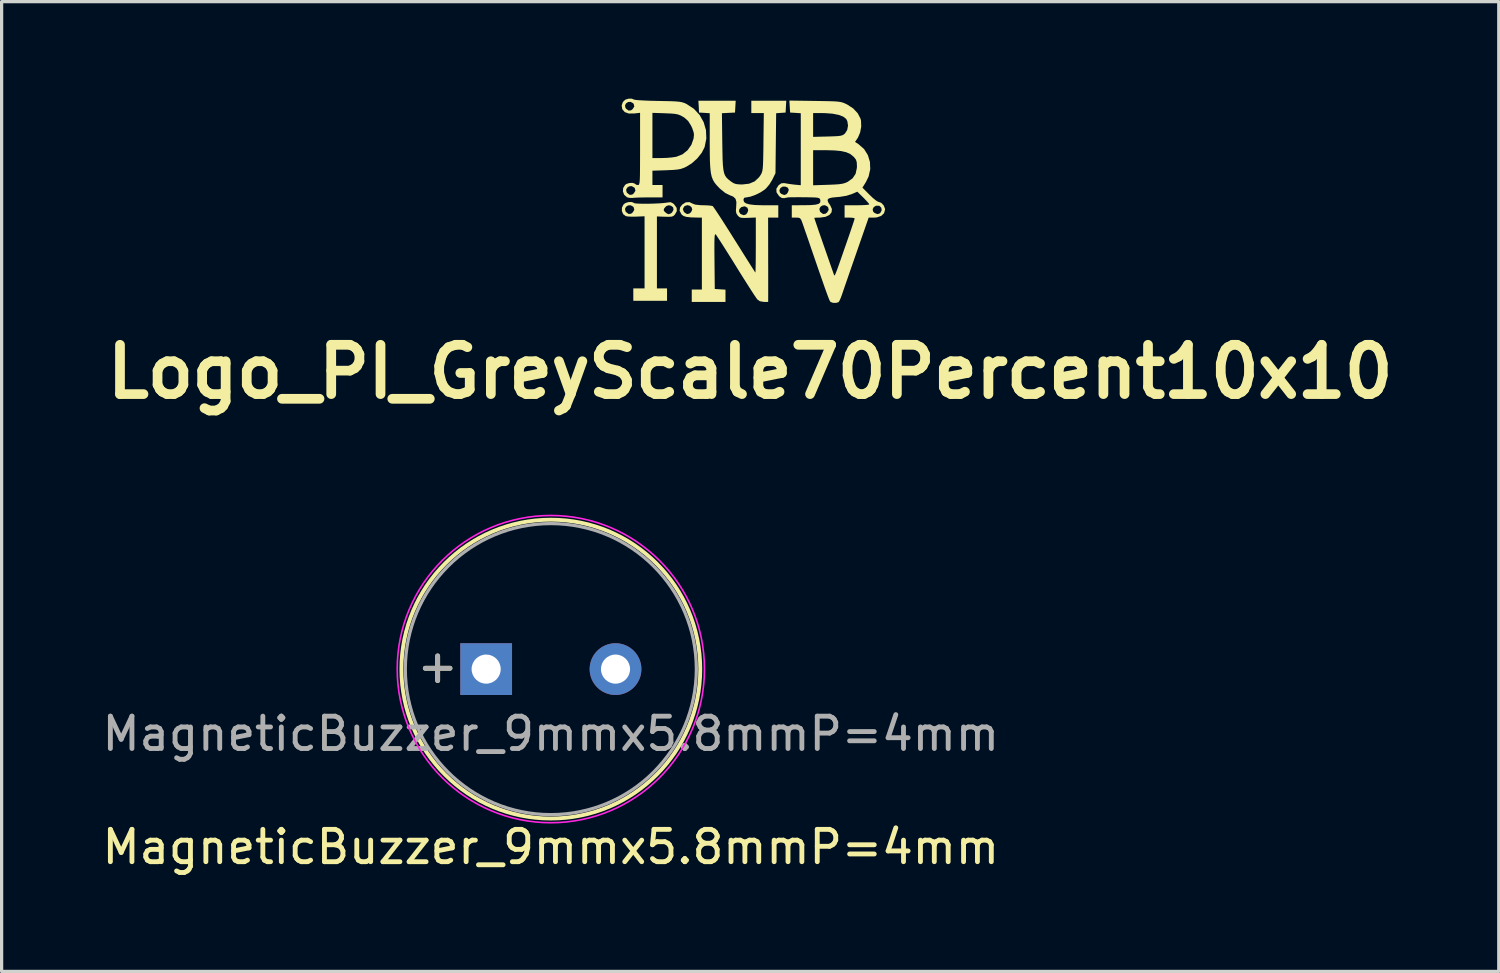
<source format=kicad_pcb>
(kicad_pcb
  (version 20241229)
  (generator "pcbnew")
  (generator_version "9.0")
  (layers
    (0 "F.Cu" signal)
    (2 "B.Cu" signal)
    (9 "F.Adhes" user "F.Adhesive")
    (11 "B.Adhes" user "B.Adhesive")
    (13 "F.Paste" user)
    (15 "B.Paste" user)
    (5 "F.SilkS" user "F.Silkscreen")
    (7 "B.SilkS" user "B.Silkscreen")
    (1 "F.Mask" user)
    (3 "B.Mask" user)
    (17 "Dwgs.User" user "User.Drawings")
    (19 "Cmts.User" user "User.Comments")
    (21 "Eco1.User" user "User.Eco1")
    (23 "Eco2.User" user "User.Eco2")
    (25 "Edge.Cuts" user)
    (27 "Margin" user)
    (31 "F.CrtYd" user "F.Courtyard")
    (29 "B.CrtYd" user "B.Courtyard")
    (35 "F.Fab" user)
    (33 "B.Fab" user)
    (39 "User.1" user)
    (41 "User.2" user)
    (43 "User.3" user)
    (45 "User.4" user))
  (footprint "MagneticBuzzer_9mmx5.8mmP=4mm"
    (layer "F.Cu")
    (at 11.982 17.639)
    (property "Reference" "MagneticBuzzer_9mmx5.8mmP=4mm" (at 2 5.5 0) (layer "F.SilkS") (effects (font (size 1 1) (thickness 0.15))))
    (attr through_hole)
    (fp_circle (center 2 0) (end 6.62 0) (stroke (width 0.12) (type solid)) (fill no) (layer "F.SilkS"))
    (fp_circle (center 2 0) (end 6.75 0) (stroke (width 0.05) (type solid)) (fill no) (layer "F.CrtYd"))
    (fp_circle (center 2 0) (end 6.5 0) (stroke (width 0.1) (type solid)) (fill no) (layer "F.Fab"))
    (fp_text user "+" (at -1.5 -0.1 0) (layer "F.SilkS") (effects (font (size 1 1) (thickness 0.15))))
    (fp_text user "${REFERENCE}" (at 2 2 0) (layer "F.Fab") (effects (font (size 1 1) (thickness 0.15))))
    (fp_text user "+" (at -1.5 -0.1 0) (layer "F.Fab") (effects (font (size 1 1) (thickness 0.15))))
    (pad "1" thru_hole rect (at 0 0) (size 1.6 1.6) (drill 0.9) (layers "*.Cu" "*.Mask"))
    (pad "2" thru_hole circle (at 4 0) (size 1.6 1.6) (drill 0.9) (layers "*.Cu" "*.Mask")))
  (footprint "Logo_PI_GreyScale70Percent10x10"
    (layer "F.Cu")
    (at 20.146 3.366)
    (property "Reference" "Logo_PI_GreyScale70Percent10x10" (at 0 5.08 0) (layer "F.SilkS") (effects (font (size 1.524 1.524) (thickness 0.3))))
    (attr board_only exclude_from_pos_files exclude_from_bom)
    (fp_poly (pts (xy -3.609 -0.151) (xy -3.596 -0.139) (xy -3.555 -0.127) (xy -3.46 -0.12) (xy -3.325 -0.116) (xy -3.166 -0.116) (xy -2.996 -0.12) (xy -2.832 -0.127) (xy -2.688 -0.137) (xy -2.578 -0.15) (xy -2.547 -0.156) (xy -2.459 -0.164) (xy -2.389 -0.13) (xy -2.347 -0.092) (xy -2.274 0.011) (xy -2.268 0.111) (xy -2.325 0.213) (xy -2.367 0.256) (xy -2.417 0.28) (xy -2.496 0.288) (xy -2.622 0.286) (xy -2.638 0.286) (xy -2.884 0.276) (xy -2.884 2.502) (xy -2.571 2.502) (xy -2.571 2.884) (xy -3.614 2.884) (xy -3.614 2.502) (xy -3.266 2.502) (xy -3.266 0.271) (xy -3.518 0.282) (xy -3.654 0.284) (xy -3.77 0.279) (xy -3.842 0.268) (xy -3.843 0.267) (xy -3.926 0.207) (xy -3.968 0.112) (xy -3.966 0.042) (xy -3.871 0.042) (xy -3.856 0.117) (xy -3.837 0.142) (xy -3.758 0.201) (xy -3.682 0.192) (xy -3.634 0.154) (xy -3.589 0.082) (xy -2.676 0.082) (xy -2.649 0.126) (xy -2.591 0.176) (xy -2.531 0.207) (xy -2.519 0.208) (xy -2.458 0.186) (xy -2.417 0.154) (xy -2.37 0.071) (xy -2.383 -0.005) (xy -2.449 -0.056) (xy -2.525 -0.069) (xy -2.599 -0.041) (xy -2.658 0.026) (xy -2.676 0.082) (xy -3.589 0.082) (xy -3.583 0.072) (xy -3.602 -0.005) (xy -3.621 -0.028) (xy -3.697 -0.07) (xy -3.776 -0.064) (xy -3.839 -0.022) (xy -3.871 0.042) (xy -3.966 0.042) (xy -3.966 0.006) (xy -3.92 -0.089) (xy -3.861 -0.137) (xy -3.771 -0.166) (xy -3.677 -0.171)) (stroke (width 0) (type solid)) (fill yes) (layer "F.SilkS"))
    (fp_poly (pts (xy -3.595 -3.338) (xy -3.551 -3.328) (xy -3.449 -3.318) (xy -3.3 -3.309) (xy -3.113 -3.301) (xy -2.901 -3.296) (xy -2.849 -3.295) (xy -2.607 -3.29) (xy -2.423 -3.286) (xy -2.287 -3.279) (xy -2.186 -3.269) (xy -2.11 -3.255) (xy -2.047 -3.236) (xy -1.987 -3.21) (xy -1.964 -3.198) (xy -1.741 -3.052) (xy -1.564 -2.861) (xy -1.438 -2.637) (xy -1.367 -2.39) (xy -1.356 -2.13) (xy -1.409 -1.87) (xy -1.41 -1.865) (xy -1.499 -1.69) (xy -1.637 -1.517) (xy -1.807 -1.365) (xy -1.971 -1.263) (xy -2.064 -1.221) (xy -2.15 -1.192) (xy -2.25 -1.174) (xy -2.379 -1.162) (xy -2.557 -1.154) (xy -2.595 -1.152) (xy -3.023 -1.138) (xy -3.023 -0.695) (xy -2.71 -0.695) (xy -2.71 -0.313) (xy -3.123 -0.313) (xy -3.295 -0.311) (xy -3.451 -0.308) (xy -3.572 -0.302) (xy -3.635 -0.296) (xy -3.736 -0.297) (xy -3.81 -0.317) (xy -3.896 -0.393) (xy -3.936 -0.496) (xy -3.932 -0.549) (xy -3.836 -0.549) (xy -3.821 -0.474) (xy -3.802 -0.449) (xy -3.723 -0.39) (xy -3.648 -0.399) (xy -3.599 -0.437) (xy -3.548 -0.519) (xy -3.567 -0.596) (xy -3.586 -0.618) (xy -3.663 -0.661) (xy -3.741 -0.655) (xy -3.804 -0.613) (xy -3.836 -0.549) (xy -3.932 -0.549) (xy -3.927 -0.604) (xy -3.87 -0.696) (xy -3.826 -0.728) (xy -3.736 -0.757) (xy -3.643 -0.762) (xy -3.574 -0.742) (xy -3.562 -0.73) (xy -3.513 -0.7) (xy -3.473 -0.695) (xy -3.454 -0.697) (xy -3.439 -0.709) (xy -3.428 -0.737) (xy -3.419 -0.789) (xy -3.413 -0.871) (xy -3.409 -0.99) (xy -3.407 -1.155) (xy -3.406 -1.371) (xy -3.405 -1.646) (xy -3.405 -1.812) (xy -3.405 -2.926) (xy -3.023 -2.926) (xy -3.023 -1.529) (xy -2.747 -1.529) (xy -2.584 -1.534) (xy -2.419 -1.548) (xy -2.289 -1.568) (xy -2.286 -1.568) (xy -2.097 -1.642) (xy -1.937 -1.77) (xy -1.818 -1.938) (xy -1.75 -2.134) (xy -1.738 -2.26) (xy -1.753 -2.34) (xy -1.792 -2.452) (xy -1.828 -2.53) (xy -1.917 -2.673) (xy -2.03 -2.775) (xy -2.079 -2.806) (xy -2.158 -2.849) (xy -2.234 -2.877) (xy -2.325 -2.895) (xy -2.449 -2.906) (xy -2.624 -2.913) (xy -2.632 -2.914) (xy -3.023 -2.926) (xy -3.405 -2.926) (xy -3.405 -2.928) (xy -3.58 -2.908) (xy -3.754 -2.906) (xy -3.877 -2.949) (xy -3.953 -3.037) (xy -3.957 -3.044) (xy -3.973 -3.155) (xy -3.871 -3.155) (xy -3.856 -3.08) (xy -3.837 -3.055) (xy -3.758 -2.996) (xy -3.682 -3.005) (xy -3.634 -3.043) (xy -3.583 -3.125) (xy -3.602 -3.202) (xy -3.621 -3.225) (xy -3.697 -3.267) (xy -3.776 -3.261) (xy -3.839 -3.219) (xy -3.871 -3.155) (xy -3.973 -3.155) (xy -3.974 -3.156) (xy -3.936 -3.263) (xy -3.861 -3.334) (xy -3.763 -3.365) (xy -3.664 -3.366)) (stroke (width 0) (type solid)) (fill yes) (layer "F.SilkS"))
    (fp_poly (pts (xy -0.459 -3.119) (xy -0.469 -2.936) (xy -0.671 -2.926) (xy -0.874 -2.915) (xy -0.863 -2.022) (xy -0.858 -1.728) (xy -0.853 -1.494) (xy -0.844 -1.312) (xy -0.829 -1.174) (xy -0.808 -1.069) (xy -0.777 -0.99) (xy -0.736 -0.928) (xy -0.681 -0.873) (xy -0.612 -0.818) (xy -0.602 -0.81) (xy -0.52 -0.755) (xy -0.438 -0.725) (xy -0.33 -0.714) (xy -0.246 -0.712) (xy -0.032 -0.736) (xy 0.139 -0.808) (xy 0.274 -0.935) (xy 0.32 -1.001) (xy 0.344 -1.043) (xy 0.363 -1.086) (xy 0.377 -1.14) (xy 0.388 -1.214) (xy 0.396 -1.317) (xy 0.401 -1.459) (xy 0.405 -1.647) (xy 0.409 -1.891) (xy 0.41 -2.024) (xy 0.421 -2.919) (xy 0.035 -2.919) (xy 0.035 -3.301) (xy 1.116 -3.301) (xy 1.105 -3.119) (xy 1.095 -2.936) (xy 0.803 -2.915) (xy 0.782 -1.06) (xy 0.684 -0.861) (xy 0.597 -0.717) (xy 0.492 -0.592) (xy 0.449 -0.554) (xy 0.317 -0.467) (xy 0.162 -0.39) (xy 0.01 -0.336) (xy -0.115 -0.313) (xy -0.122 -0.313) (xy -0.189 -0.298) (xy -0.208 -0.241) (xy -0.208 -0.233) (xy -0.19 -0.172) (xy -0.129 -0.127) (xy -0.019 -0.096) (xy 0.145 -0.077) (xy 0.37 -0.07) (xy 0.445 -0.069) (xy 0.869 -0.069) (xy 0.869 0.313) (xy 0.554 0.313) (xy 0.556 1.364) (xy 0.556 1.641) (xy 0.557 1.909) (xy 0.557 2.155) (xy 0.557 2.368) (xy 0.557 2.537) (xy 0.557 2.651) (xy 0.557 2.667) (xy 0.556 2.919) (xy 0.423 2.919) (xy 0.298 2.898) (xy 0.219 2.841) (xy 0.184 2.792) (xy 0.117 2.693) (xy 0.024 2.55) (xy -0.09 2.371) (xy -0.221 2.164) (xy -0.363 1.938) (xy -0.433 1.824) (xy -0.577 1.592) (xy -0.712 1.378) (xy -0.831 1.189) (xy -0.931 1.033) (xy -1.007 0.917) (xy -1.053 0.848) (xy -1.064 0.835) (xy -1.079 0.826) (xy -1.091 0.842) (xy -1.099 0.889) (xy -1.104 0.973) (xy -1.107 1.103) (xy -1.107 1.286) (xy -1.105 1.527) (xy -1.104 1.651) (xy -1.095 2.519) (xy -0.929 2.53) (xy -0.764 2.54) (xy -0.764 2.919) (xy -1.807 2.919) (xy -1.807 2.537) (xy -1.494 2.537) (xy -1.494 0.313) (xy -1.659 0.311) (xy -1.841 0.305) (xy -1.968 0.291) (xy -2.053 0.266) (xy -2.11 0.227) (xy -2.127 0.208) (xy -2.182 0.102) (xy -2.175 0.048) (xy -2.082 0.048) (xy -2.053 0.129) (xy -2.03 0.154) (xy -1.952 0.204) (xy -1.876 0.186) (xy -1.827 0.142) (xy -1.792 0.067) (xy -1.81 -0.003) (xy -1.864 -0.053) (xy -1.939 -0.073) (xy -2.018 -0.048) (xy -2.043 -0.028) (xy -2.082 0.048) (xy -2.175 0.048) (xy -2.169 0.000496) (xy -2.104 -0.088) (xy -1.993 -0.16) (xy -1.877 -0.166) (xy -1.787 -0.123) (xy -1.698 -0.089) (xy -1.542 -0.072) (xy -1.459 -0.07) (xy -1.328 -0.066) (xy -1.221 -0.057) (xy -1.161 -0.044) (xy -1.158 -0.043) (xy -1.131 -0.008) (xy -1.071 0.079) (xy -0.984 0.21) (xy -0.873 0.38) (xy -0.745 0.581) (xy -0.602 0.806) (xy -0.486 0.991) (xy -0.336 1.228) (xy -0.199 1.447) (xy -0.078 1.639) (xy 0.023 1.799) (xy 0.099 1.919) (xy 0.146 1.992) (xy 0.16 2.012) (xy 0.164 1.983) (xy 0.167 1.894) (xy 0.17 1.753) (xy 0.172 1.571) (xy 0.173 1.355) (xy 0.174 1.169) (xy 0.174 0.31) (xy -0.073 0.32) (xy -0.204 0.323) (xy -0.287 0.316) (xy -0.339 0.294) (xy -0.381 0.253) (xy -0.387 0.246) (xy -0.428 0.181) (xy -0.439 0.12) (xy -0.347 0.12) (xy -0.311 0.188) (xy -0.287 0.206) (xy -0.197 0.239) (xy -0.129 0.213) (xy -0.09 0.168) (xy -0.06 0.081) (xy -0.087 0.007) (xy -0.159 -0.033) (xy -0.185 -0.035) (xy -0.276 -0.011) (xy -0.333 0.048) (xy -0.347 0.12) (xy -0.439 0.12) (xy -0.442 0.103) (xy -0.433 -0.012) (xy -0.433 -0.019) (xy -0.426 -0.17) (xy -0.455 -0.272) (xy -0.528 -0.339) (xy -0.629 -0.379) (xy -0.769 -0.448) (xy -0.925 -0.574) (xy -0.958 -0.606) (xy -1.039 -0.691) (xy -1.103 -0.771) (xy -1.153 -0.857) (xy -1.191 -0.956) (xy -1.217 -1.078) (xy -1.234 -1.233) (xy -1.245 -1.428) (xy -1.249 -1.673) (xy -1.251 -1.977) (xy -1.251 -2.037) (xy -1.251 -2.915) (xy -1.416 -2.926) (xy -1.581 -2.936) (xy -1.591 -3.119) (xy -1.602 -3.301) (xy -0.448 -3.301)) (stroke (width 0) (type solid)) (fill yes) (layer "F.SilkS"))
    (fp_poly (pts (xy 2.005 -3.295) (xy 2.259 -3.291) (xy 2.455 -3.287) (xy 2.602 -3.282) (xy 2.711 -3.274) (xy 2.793 -3.262) (xy 2.858 -3.246) (xy 2.918 -3.223) (xy 2.981 -3.193) (xy 2.999 -3.184) (xy 3.183 -3.065) (xy 3.324 -2.915) (xy 3.411 -2.748) (xy 3.426 -2.689) (xy 3.434 -2.508) (xy 3.4 -2.321) (xy 3.332 -2.16) (xy 3.322 -2.146) (xy 3.242 -2.028) (xy 3.355 -1.954) (xy 3.523 -1.805) (xy 3.639 -1.619) (xy 3.703 -1.408) (xy 3.712 -1.184) (xy 3.662 -0.96) (xy 3.58 -0.79) (xy 3.471 -0.614) (xy 3.689 -0.394) (xy 3.793 -0.295) (xy 3.886 -0.219) (xy 3.952 -0.178) (xy 3.969 -0.174) (xy 4.054 -0.143) (xy 4.127 -0.066) (xy 4.167 0.034) (xy 4.17 0.067) (xy 4.138 0.178) (xy 4.051 0.26) (xy 3.917 0.306) (xy 3.825 0.313) (xy 3.663 0.313) (xy 3.285 1.399) (xy 3.191 1.67) (xy 3.101 1.929) (xy 3.019 2.167) (xy 2.947 2.374) (xy 2.89 2.54) (xy 2.851 2.655) (xy 2.838 2.693) (xy 2.796 2.806) (xy 2.757 2.891) (xy 2.731 2.927) (xy 2.654 2.95) (xy 2.561 2.948) (xy 2.487 2.921) (xy 2.475 2.91) (xy 2.46 2.884) (xy 2.437 2.831) (xy 2.404 2.746) (xy 2.359 2.624) (xy 2.3 2.461) (xy 2.227 2.252) (xy 2.136 1.991) (xy 2.027 1.675) (xy 1.897 1.297) (xy 1.893 1.286) (xy 1.821 1.074) (xy 1.752 0.874) (xy 1.691 0.699) (xy 1.644 0.562) (xy 1.615 0.478) (xy 1.577 0.38) (xy 1.54 0.331) (xy 1.508 0.321) (xy 1.981 0.321) (xy 1.992 0.355) (xy 2.022 0.444) (xy 2.068 0.578) (xy 2.125 0.746) (xy 2.192 0.937) (xy 2.263 1.143) (xy 2.336 1.351) (xy 2.406 1.552) (xy 2.47 1.736) (xy 2.524 1.891) (xy 2.565 2.007) (xy 2.589 2.075) (xy 2.593 2.085) (xy 2.599 2.098) (xy 2.607 2.103) (xy 2.617 2.091) (xy 2.634 2.058) (xy 2.659 1.997) (xy 2.695 1.902) (xy 2.744 1.766) (xy 2.808 1.584) (xy 2.889 1.349) (xy 2.992 1.055) (xy 3.002 1.025) (xy 3.072 0.823) (xy 3.133 0.643) (xy 3.182 0.496) (xy 3.216 0.392) (xy 3.231 0.342) (xy 3.231 0.339) (xy 3.2 0.323) (xy 3.122 0.314) (xy 3.075 0.313) (xy 2.919 0.313) (xy 2.919 0.054) (xy 3.787 0.054) (xy 3.8 0.124) (xy 3.848 0.171) (xy 3.937 0.205) (xy 4.005 0.183) (xy 4.024 0.167) (xy 4.066 0.088) (xy 4.055 0.007) (xy 3.998 -0.049) (xy 3.978 -0.055) (xy 3.887 -0.054) (xy 3.82 -0.011) (xy 3.787 0.054) (xy 2.919 0.054) (xy 2.919 -0.069) (xy 3.301 -0.069) (xy 3.455 -0.072) (xy 3.579 -0.078) (xy 3.659 -0.087) (xy 3.683 -0.097) (xy 3.66 -0.133) (xy 3.599 -0.202) (xy 3.513 -0.292) (xy 3.498 -0.307) (xy 3.313 -0.489) (xy 3.142 -0.415) (xy 2.974 -0.362) (xy 2.762 -0.328) (xy 2.684 -0.322) (xy 2.525 -0.306) (xy 2.43 -0.28) (xy 2.392 -0.236) (xy 2.408 -0.169) (xy 2.471 -0.071) (xy 2.474 -0.068) (xy 2.527 0.046) (xy 2.516 0.148) (xy 2.449 0.231) (xy 2.331 0.288) (xy 2.167 0.312) (xy 2.146 0.312) (xy 2.049 0.314) (xy 1.99 0.319) (xy 1.981 0.321) (xy 1.508 0.321) (xy 1.485 0.314) (xy 1.421 0.313) (xy 1.286 0.313) (xy 1.286 0.042) (xy 2.14 0.042) (xy 2.156 0.117) (xy 2.174 0.142) (xy 2.253 0.201) (xy 2.329 0.192) (xy 2.378 0.154) (xy 2.428 0.072) (xy 2.41 -0.005) (xy 2.391 -0.028) (xy 2.314 -0.07) (xy 2.236 -0.064) (xy 2.172 -0.022) (xy 2.14 0.042) (xy 1.286 0.042) (xy 1.286 -0.069) (xy 1.677 -0.071) (xy 1.883 -0.075) (xy 2.027 -0.089) (xy 2.119 -0.114) (xy 2.164 -0.155) (xy 2.171 -0.212) (xy 2.166 -0.237) (xy 2.155 -0.267) (xy 2.132 -0.288) (xy 2.087 -0.302) (xy 2.008 -0.31) (xy 1.884 -0.314) (xy 1.703 -0.317) (xy 1.672 -0.317) (xy 1.496 -0.318) (xy 1.345 -0.317) (xy 1.231 -0.316) (xy 1.17 -0.313) (xy 1.164 -0.312) (xy 1.052 -0.289) (xy 0.979 -0.294) (xy 0.918 -0.332) (xy 0.888 -0.36) (xy 0.814 -0.469) (xy 0.811 -0.535) (xy 0.904 -0.535) (xy 0.917 -0.464) (xy 0.964 -0.42) (xy 1.054 -0.386) (xy 1.122 -0.412) (xy 1.159 -0.456) (xy 1.194 -0.545) (xy 1.164 -0.612) (xy 1.09 -0.647) (xy 1.001 -0.645) (xy 0.935 -0.601) (xy 0.904 -0.535) (xy 0.811 -0.535) (xy 0.809 -0.578) (xy 0.873 -0.682) (xy 0.878 -0.687) (xy 1.946 -0.687) (xy 2.406 -0.702) (xy 2.605 -0.71) (xy 2.749 -0.72) (xy 2.855 -0.736) (xy 2.937 -0.759) (xy 3.01 -0.791) (xy 3.016 -0.794) (xy 3.167 -0.903) (xy 3.26 -1.044) (xy 3.299 -1.225) (xy 3.301 -1.28) (xy 3.295 -1.398) (xy 3.271 -1.478) (xy 3.215 -1.552) (xy 3.187 -1.58) (xy 3.092 -1.655) (xy 2.97 -1.709) (xy 2.811 -1.745) (xy 2.605 -1.765) (xy 2.342 -1.772) (xy 2.326 -1.772) (xy 1.946 -1.772) (xy 1.946 -0.687) (xy 0.878 -0.687) (xy 0.884 -0.693) (xy 0.963 -0.748) (xy 1.049 -0.755) (xy 1.084 -0.749) (xy 1.188 -0.731) (xy 1.321 -0.713) (xy 1.381 -0.706) (xy 1.564 -0.689) (xy 1.564 -2.184) (xy 1.946 -2.184) (xy 2.395 -2.195) (xy 2.581 -2.201) (xy 2.711 -2.208) (xy 2.799 -2.219) (xy 2.858 -2.237) (xy 2.902 -2.263) (xy 2.933 -2.291) (xy 3 -2.397) (xy 3.025 -2.531) (xy 3.005 -2.666) (xy 2.97 -2.736) (xy 2.883 -2.807) (xy 2.738 -2.863) (xy 2.546 -2.901) (xy 2.318 -2.918) (xy 2.252 -2.919) (xy 1.946 -2.919) (xy 1.946 -2.184) (xy 1.564 -2.184) (xy 1.564 -2.915) (xy 1.399 -2.926) (xy 1.234 -2.936) (xy 1.223 -3.121) (xy 1.212 -3.306)) (stroke (width 0) (type solid)) (fill yes) (layer "F.SilkS")))
  (gr_rect
    (start -3 -3)
    (end 43.292 26.987)
    (stroke (width 0.1) (type default))
    (fill no)
    (layer "Edge.Cuts")))
</source>
